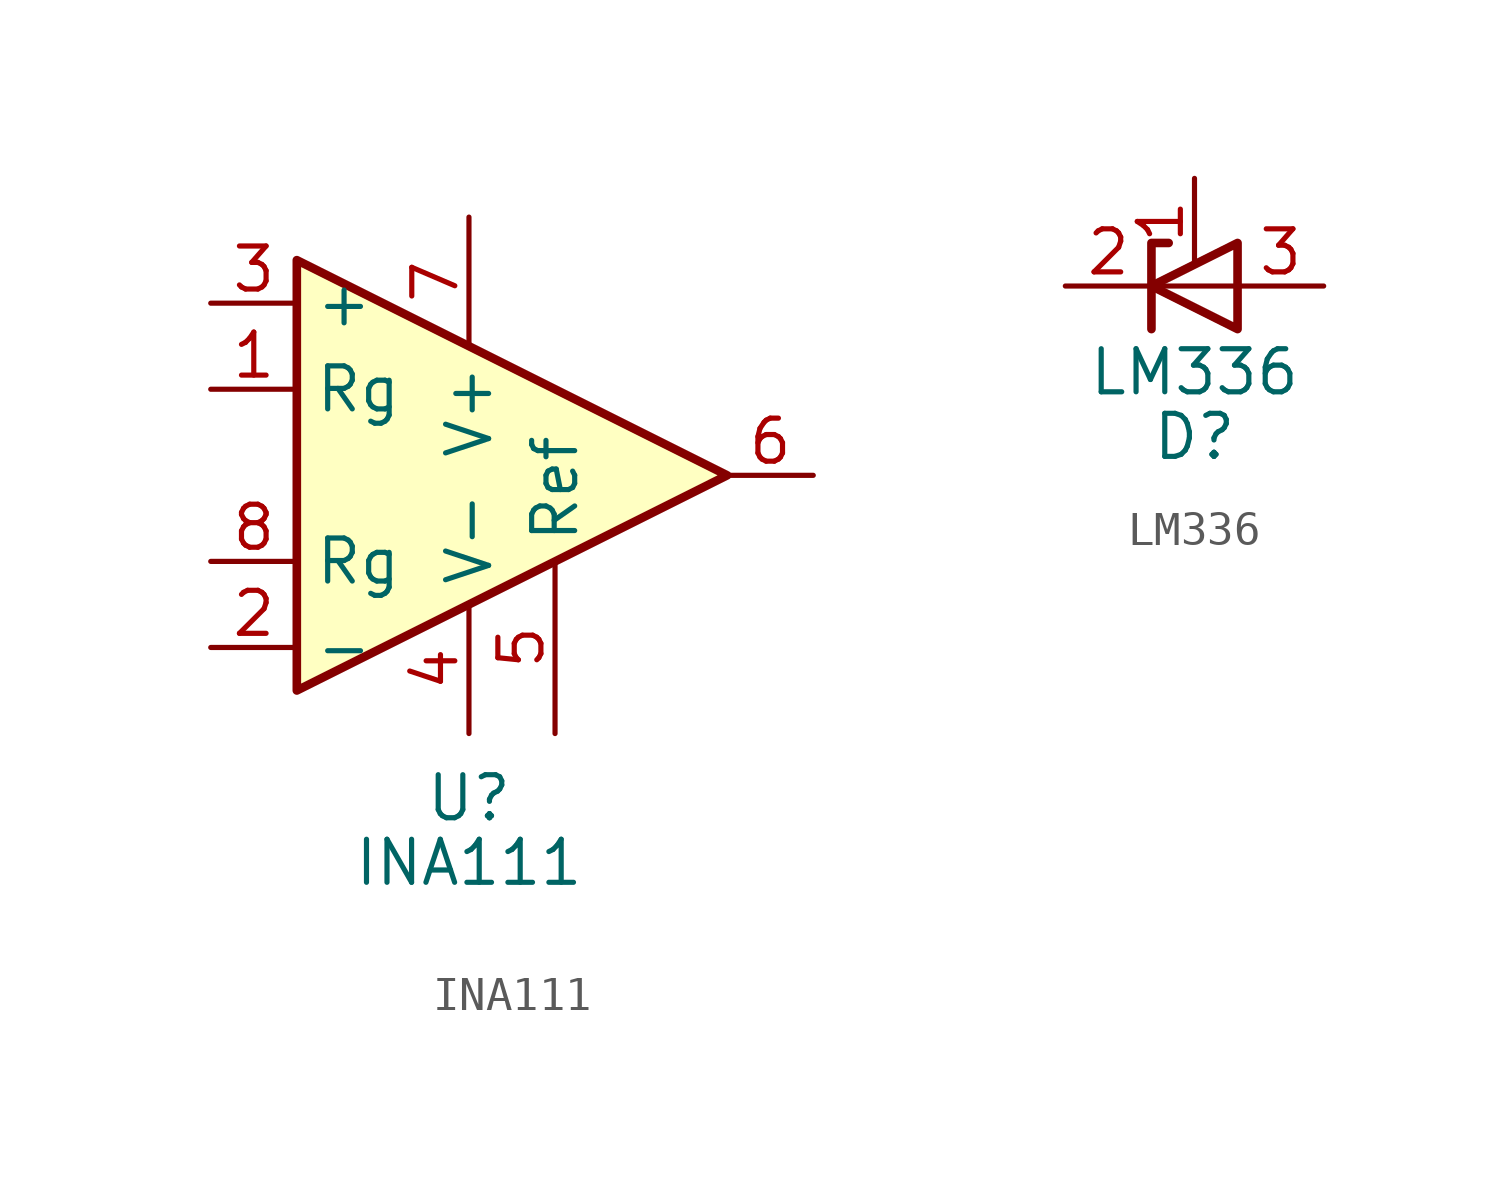
<source format=kicad_sym>
(kicad_symbol_lib
  (version 20211014)
  (generator kicad_symbol_editor)
  (symbol "INA111"
    (property "Reference" "U"
      (at 0.635 -9.525 0)
      (effects (font (size 1.27 1.27))))
    (property "Value" "INA111"
      (at 0.635 -11.43 0)
      (effects (font (size 1.27 1.27))))
    (symbol "INA111_0_1"
      (polyline (pts (xy 8.255 0) (xy -4.445 6.35) (xy -4.445 -6.35) (xy 8.255 0)) (stroke (width 0.254) (type default) (color 0 0 0 0)) (fill (type background))))
    (symbol "INA111_1_1"
      (pin passive line (at -6.985 2.54 0) (length 2.54) (name "Rg" (effects (font (size 1.27 1.27)))) (number "1" (effects (font (size 1.27 1.27)))))
      (pin input line (at -6.985 -5.08 0) (length 2.54) (name "-" (effects (font (size 1.27 1.27)))) (number "2" (effects (font (size 1.27 1.27)))))
      (pin input line (at -6.985 5.08 0) (length 2.54) (name "+" (effects (font (size 1.27 1.27)))) (number "3" (effects (font (size 1.27 1.27)))))
      (pin power_in line (at 0.635 -7.62 90) (length 3.81) (name "V-" (effects (font (size 1.27 1.27)))) (number "4" (effects (font (size 1.27 1.27)))))
      (pin input line (at 3.175 -7.62 90) (length 5.08) (name "Ref" (effects (font (size 1.27 1.27)))) (number "5" (effects (font (size 1.27 1.27)))))
      (pin output line (at 10.795 0 180) (length 2.54) (name "~" (effects (font (size 1.27 1.27)))) (number "6" (effects (font (size 1.27 1.27)))))
      (pin power_in line (at 0.635 7.62 270) (length 3.81) (name "V+" (effects (font (size 1.27 1.27)))) (number "7" (effects (font (size 1.27 1.27)))))
      (pin passive line (at -6.985 -2.54 0) (length 2.54) (name "Rg" (effects (font (size 1.27 1.27)))) (number "8" (effects (font (size 1.27 1.27)))))))
  (symbol "LM336"
    (pin_names hide)
    (property "Reference" "D"
      (at 0 -4.445 0)
      (effects (font (size 1.27 1.27))))
    (property "Value" "LM336"
      (at 0 -2.54 0)
      (effects (font (size 1.27 1.27))))
    (symbol "LM336_0_1"
      (polyline (pts (xy 1.27 0) (xy -1.27 0)) (stroke (width 0) (type default) (color 0 0 0 0)) (fill (type none)))
      (polyline (pts (xy -1.27 -1.27) (xy -1.27 1.27) (xy -0.762 1.27)) (stroke (width 0.254) (type default) (color 0 0 0 0)) (fill (type none)))
      (polyline (pts (xy 1.27 -1.27) (xy 1.27 1.27) (xy -1.27 0) (xy 1.27 -1.27)) (stroke (width 0.254) (type default) (color 0 0 0 0)) (fill (type none))))
    (symbol "LM336_1_1"
      (pin passive line (at 0 3.175 270) (length 2.54) (name "Adj" (effects (font (size 1.27 1.27)))) (number "1" (effects (font (size 1.27 1.27)))))
      (pin passive line (at -3.81 0 0) (length 2.54) (name "V+" (effects (font (size 1.27 1.27)))) (number "2" (effects (font (size 1.27 1.27)))))
      (pin passive line (at 3.81 0 180) (length 2.54) (name "V-" (effects (font (size 1.27 1.27)))) (number "3" (effects (font (size 1.27 1.27))))))))
</source>
